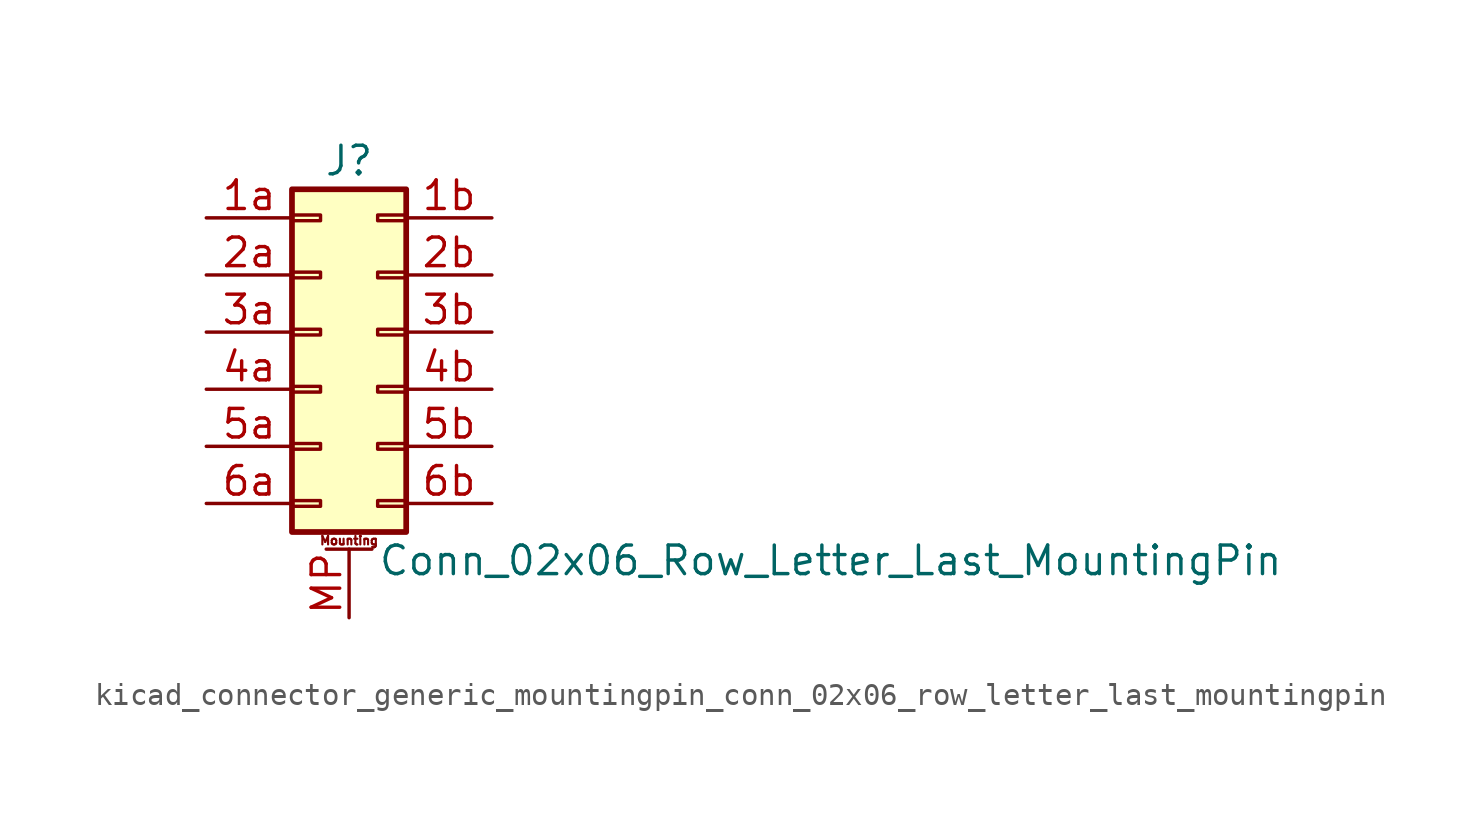
<source format=kicad_sym>
(kicad_symbol_lib
  (version 20220914)
  (generator kicad_symbol_editor)
  (symbol "kicad_connector_generic_mountingpin_conn_02x06_row_letter_last_mountingpin"
    (pin_names
      (offset 1.016) hide)
    (property "Reference" "J"
      (at 1.27 7.62 0)
      (effects (font (size 1.27 1.27))))
    (property "Value" "Conn_02x06_Row_Letter_Last_MountingPin"
      (at 2.54 -10.16 0)
      (effects (font (size 1.27 1.27)) (justify left)))
    (symbol "kicad_connector_generic_mountingpin_conn_02x06_row_letter_last_mountingpin_1_1"
      (rectangle (start -1.27 -7.493) (end 0 -7.747) (stroke (width 0.152) (type default)) (fill (type none)))
      (rectangle (start -1.27 -4.953) (end 0 -5.207) (stroke (width 0.152) (type default)) (fill (type none)))
      (rectangle (start -1.27 -2.413) (end 0 -2.667) (stroke (width 0.152) (type default)) (fill (type none)))
      (rectangle (start -1.27 0.127) (end 0 -0.127) (stroke (width 0.152) (type default)) (fill (type none)))
      (rectangle (start -1.27 2.667) (end 0 2.413) (stroke (width 0.152) (type default)) (fill (type none)))
      (rectangle (start -1.27 5.207) (end 0 4.953) (stroke (width 0.152) (type default)) (fill (type none)))
      (rectangle (start -1.27 6.35) (end 3.81 -8.89) (stroke (width 0.254) (type default)) (fill (type background)))
      (polyline (pts (xy 0.254 -9.652) (xy 2.286 -9.652)) (stroke (width 0.152) (type default)) (fill (type none)))
      (rectangle (start 3.81 -7.493) (end 2.54 -7.747) (stroke (width 0.152) (type default)) (fill (type none)))
      (rectangle (start 3.81 -4.953) (end 2.54 -5.207) (stroke (width 0.152) (type default)) (fill (type none)))
      (rectangle (start 3.81 -2.413) (end 2.54 -2.667) (stroke (width 0.152) (type default)) (fill (type none)))
      (rectangle (start 3.81 0.127) (end 2.54 -0.127) (stroke (width 0.152) (type default)) (fill (type none)))
      (rectangle (start 3.81 2.667) (end 2.54 2.413) (stroke (width 0.152) (type default)) (fill (type none)))
      (rectangle (start 3.81 5.207) (end 2.54 4.953) (stroke (width 0.152) (type default)) (fill (type none)))
      (text "Mounting" (at 1.27 -9.271 0) (effects (font (size 0.381 0.381))))
      (pin passive line (at -5.08 5.08 0) (length 3.81) (name "Pin_1a" (effects (font (size 1.27 1.27)))) (number "1a" (effects (font (size 1.27 1.27)))))
      (pin passive line (at 7.62 5.08 180) (length 3.81) (name "Pin_1b" (effects (font (size 1.27 1.27)))) (number "1b" (effects (font (size 1.27 1.27)))))
      (pin passive line (at -5.08 2.54 0) (length 3.81) (name "Pin_2a" (effects (font (size 1.27 1.27)))) (number "2a" (effects (font (size 1.27 1.27)))))
      (pin passive line (at 7.62 2.54 180) (length 3.81) (name "Pin_2b" (effects (font (size 1.27 1.27)))) (number "2b" (effects (font (size 1.27 1.27)))))
      (pin passive line (at -5.08 0 0) (length 3.81) (name "Pin_3a" (effects (font (size 1.27 1.27)))) (number "3a" (effects (font (size 1.27 1.27)))))
      (pin passive line (at 7.62 0 180) (length 3.81) (name "Pin_3b" (effects (font (size 1.27 1.27)))) (number "3b" (effects (font (size 1.27 1.27)))))
      (pin passive line (at -5.08 -2.54 0) (length 3.81) (name "Pin_4a" (effects (font (size 1.27 1.27)))) (number "4a" (effects (font (size 1.27 1.27)))))
      (pin passive line (at 7.62 -2.54 180) (length 3.81) (name "Pin_4b" (effects (font (size 1.27 1.27)))) (number "4b" (effects (font (size 1.27 1.27)))))
      (pin passive line (at -5.08 -5.08 0) (length 3.81) (name "Pin_5a" (effects (font (size 1.27 1.27)))) (number "5a" (effects (font (size 1.27 1.27)))))
      (pin passive line (at 7.62 -5.08 180) (length 3.81) (name "Pin_5b" (effects (font (size 1.27 1.27)))) (number "5b" (effects (font (size 1.27 1.27)))))
      (pin passive line (at -5.08 -7.62 0) (length 3.81) (name "Pin_6a" (effects (font (size 1.27 1.27)))) (number "6a" (effects (font (size 1.27 1.27)))))
      (pin passive line (at 7.62 -7.62 180) (length 3.81) (name "Pin_6b" (effects (font (size 1.27 1.27)))) (number "6b" (effects (font (size 1.27 1.27)))))
      (pin passive line (at 1.27 -12.7 90) (length 3.048) (name "MountPin" (effects (font (size 1.27 1.27)))) (number "MP" (effects (font (size 1.27 1.27))))))))
</source>
